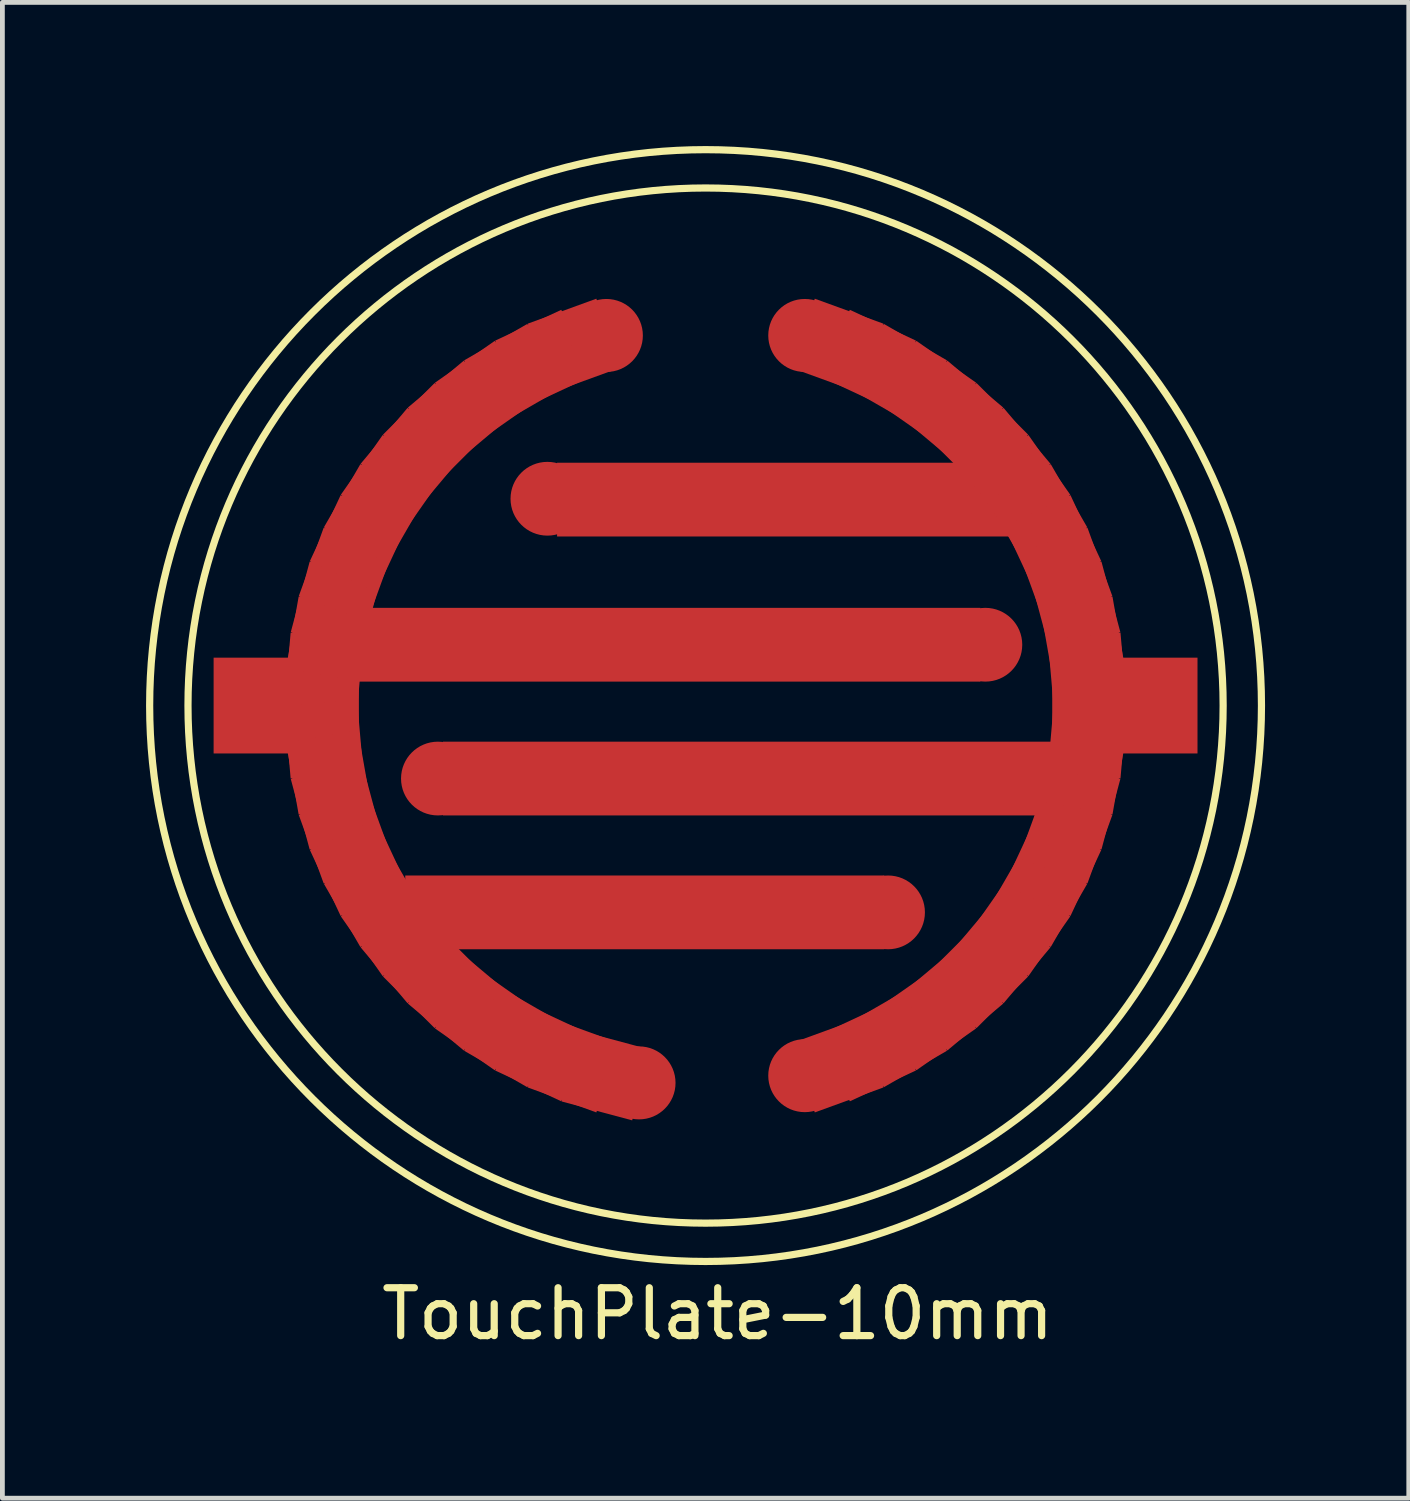
<source format=kicad_pcb>
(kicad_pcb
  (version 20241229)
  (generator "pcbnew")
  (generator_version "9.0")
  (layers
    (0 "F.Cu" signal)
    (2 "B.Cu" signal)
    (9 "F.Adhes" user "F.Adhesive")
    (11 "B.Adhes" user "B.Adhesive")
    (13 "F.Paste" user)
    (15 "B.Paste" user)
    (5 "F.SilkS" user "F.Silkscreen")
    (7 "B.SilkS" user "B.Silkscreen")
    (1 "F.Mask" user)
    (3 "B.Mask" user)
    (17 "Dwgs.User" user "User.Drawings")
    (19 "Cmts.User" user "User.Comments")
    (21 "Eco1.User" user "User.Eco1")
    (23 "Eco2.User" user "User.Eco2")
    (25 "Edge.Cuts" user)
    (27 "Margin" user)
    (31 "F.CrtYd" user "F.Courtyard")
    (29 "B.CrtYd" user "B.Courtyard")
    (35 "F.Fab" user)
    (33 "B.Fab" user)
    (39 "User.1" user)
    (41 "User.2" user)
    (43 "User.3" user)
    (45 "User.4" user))
  (footprint "TouchPlate-10mm"
    (layer "F.Cu")
    (at 11.681 11.681)
    (property "Reference" "TouchPlate-10mm" (at 0.254 12.7 0) (layer "F.SilkS") (effects (font (size 1 1) (thickness 0.15))))
    (attr through_hole)
    (fp_circle (center 0 0) (end -10.668 -4.572) (stroke (width 0.15) (type solid)) (fill no) (layer "F.SilkS"))
    (fp_circle (center 0 0) (end -9.906 -4.318) (stroke (width 0.15) (type solid)) (fill no) (layer "F.SilkS"))
    (pad "1" smd rect (at -9.271 0) (size 2 2) (layers "F.Cu" "F.Mask" "F.Paste"))
    (pad "1" smd rect (at -8 0) (size 1.524 1.524) (layers "F.Cu" "F.Mask" "F.Paste"))
    (pad "1" smd rect (at -7.97 -0.697 355) (size 1.524 1.524) (layers "F.Cu" "F.Mask" "F.Paste"))
    (pad "1" smd rect (at -7.97 0.697 5) (size 1.524 1.524) (layers "F.Cu" "F.Mask" "F.Paste"))
    (pad "1" smd rect (at -7.878 -1.389 350) (size 1.524 1.524) (layers "F.Cu" "F.Mask" "F.Paste"))
    (pad "1" smd rect (at -7.878 1.389 10) (size 1.524 1.524) (layers "F.Cu" "F.Mask" "F.Paste"))
    (pad "1" smd rect (at -7.727 -2.071 345) (size 1.524 1.524) (layers "F.Cu" "F.Mask" "F.Paste"))
    (pad "1" smd rect (at -7.727 2.071 15) (size 1.524 1.524) (layers "F.Cu" "F.Mask" "F.Paste"))
    (pad "1" smd rect (at -7.518 -2.736 340) (size 1.524 1.524) (layers "F.Cu" "F.Mask" "F.Paste"))
    (pad "1" smd rect (at -7.518 2.736 20) (size 1.524 1.524) (layers "F.Cu" "F.Mask" "F.Paste"))
    (pad "1" smd rect (at -7.25 -3.381 335) (size 1.524 1.524) (layers "F.Cu" "F.Mask" "F.Paste"))
    (pad "1" smd rect (at -7.25 3.381 25) (size 1.524 1.524) (layers "F.Cu" "F.Mask" "F.Paste"))
    (pad "1" smd rect (at -6.928 -4 330) (size 1.524 1.524) (layers "F.Cu" "F.Mask" "F.Paste"))
    (pad "1" smd rect (at -6.928 4 30) (size 1.524 1.524) (layers "F.Cu" "F.Mask" "F.Paste"))
    (pad "1" smd rect (at -6.553 -4.589 325) (size 1.524 1.524) (layers "F.Cu" "F.Mask" "F.Paste"))
    (pad "1" smd rect (at -6.553 4.589 35) (size 1.524 1.524) (layers "F.Cu" "F.Mask" "F.Paste"))
    (pad "1" smd rect (at -6.128 -5.142 320) (size 1.524 1.524) (layers "F.Cu" "F.Mask" "F.Paste"))
    (pad "1" smd rect (at -6.128 5.142 40) (size 1.524 1.524) (layers "F.Cu" "F.Mask" "F.Paste"))
    (pad "1" smd rect (at -5.657 -5.657 315) (size 1.524 1.524) (layers "F.Cu" "F.Mask" "F.Paste"))
    (pad "1" smd rect (at -5.657 5.657 45) (size 1.524 1.524) (layers "F.Cu" "F.Mask" "F.Paste"))
    (pad "1" smd rect (at -5.142 -6.128 310) (size 1.524 1.524) (layers "F.Cu" "F.Mask" "F.Paste"))
    (pad "1" smd rect (at -5.142 6.128 50) (size 1.524 1.524) (layers "F.Cu" "F.Mask" "F.Paste"))
    (pad "1" smd rect (at -4.589 -6.553 305) (size 1.524 1.524) (layers "F.Cu" "F.Mask" "F.Paste"))
    (pad "1" smd rect (at -4.589 6.553 55) (size 1.524 1.524) (layers "F.Cu" "F.Mask" "F.Paste"))
    (pad "1" smd rect (at -4 -6.928 300) (size 1.524 1.524) (layers "F.Cu" "F.Mask" "F.Paste"))
    (pad "1" smd rect (at -4 6.928 60) (size 1.524 1.524) (layers "F.Cu" "F.Mask" "F.Paste"))
    (pad "1" smd rect (at -3.381 -7.25 295) (size 1.524 1.524) (layers "F.Cu" "F.Mask" "F.Paste"))
    (pad "1" smd rect (at -3.381 7.25 65) (size 1.524 1.524) (layers "F.Cu" "F.Mask" "F.Paste"))
    (pad "1" smd rect (at -2.736 -7.518 290) (size 1.524 1.524) (layers "F.Cu" "F.Mask" "F.Paste"))
    (pad "1" smd rect (at -2.736 7.518 70) (size 1.524 1.524) (layers "F.Cu" "F.Mask" "F.Paste"))
    (pad "1" smd circle (at -2.071 -7.727 285) (size 1.524 1.524) (layers "F.Cu" "F.Mask" "F.Paste"))
    (pad "1" smd rect (at -2.071 7.727 75) (size 1.524 1.524) (layers "F.Cu" "F.Mask" "F.Paste"))
    (pad "1" smd circle (at -1.389 7.878 80) (size 1.524 1.524) (layers "F.Cu" "F.Mask" "F.Paste"))
    (pad "1" smd rect (at -1.27 4.318) (size 10 1.54) (layers "F.Cu" "F.Mask" "F.Paste"))
    (pad "1" smd rect (at -0.762 -1.27) (size 13 1.54) (layers "F.Cu" "F.Mask" "F.Paste"))
    (pad "1" smd circle (at 3.81 4.318) (size 1.54 1.54) (layers "F.Cu" "F.Mask" "F.Paste"))
    (pad "1" smd circle (at 5.842 -1.27) (size 1.54 1.54) (layers "F.Cu" "F.Mask" "F.Paste"))
    (pad "2" smd circle (at -5.588 1.524) (size 1.54 1.54) (layers "F.Cu" "F.Mask" "F.Paste"))
    (pad "2" smd circle (at -3.302 -4.318) (size 1.54 1.54) (layers "F.Cu" "F.Mask" "F.Paste"))
    (pad "2" smd rect (at 1.016 1.524) (size 13 1.54) (layers "F.Cu" "F.Mask" "F.Paste"))
    (pad "2" smd rect (at 1.9 -4.3) (size 10 1.54) (layers "F.Cu" "F.Mask" "F.Paste"))
    (pad "2" smd circle (at 2.071 -7.727 255) (size 1.524 1.524) (layers "F.Cu" "F.Mask" "F.Paste"))
    (pad "2" smd circle (at 2.071 7.727 105) (size 1.524 1.524) (layers "F.Cu" "F.Mask" "F.Paste"))
    (pad "2" smd rect (at 2.736 -7.518 250) (size 1.524 1.524) (layers "F.Cu" "F.Mask" "F.Paste"))
    (pad "2" smd rect (at 2.736 7.518 110) (size 1.524 1.524) (layers "F.Cu" "F.Mask" "F.Paste"))
    (pad "2" smd rect (at 3.381 -7.25 245) (size 1.524 1.524) (layers "F.Cu" "F.Mask" "F.Paste"))
    (pad "2" smd rect (at 3.381 7.25 115) (size 1.524 1.524) (layers "F.Cu" "F.Mask" "F.Paste"))
    (pad "2" smd rect (at 4 -6.928 240) (size 1.524 1.524) (layers "F.Cu" "F.Mask" "F.Paste"))
    (pad "2" smd rect (at 4 6.928 120) (size 1.524 1.524) (layers "F.Cu" "F.Mask" "F.Paste"))
    (pad "2" smd rect (at 4.589 -6.553 235) (size 1.524 1.524) (layers "F.Cu" "F.Mask" "F.Paste"))
    (pad "2" smd rect (at 4.589 6.553 125) (size 1.524 1.524) (layers "F.Cu" "F.Mask" "F.Paste"))
    (pad "2" smd rect (at 5.142 -6.128 230) (size 1.524 1.524) (layers "F.Cu" "F.Mask" "F.Paste"))
    (pad "2" smd rect (at 5.142 6.128 130) (size 1.524 1.524) (layers "F.Cu" "F.Mask" "F.Paste"))
    (pad "2" smd rect (at 5.657 -5.657 225) (size 1.524 1.524) (layers "F.Cu" "F.Mask" "F.Paste"))
    (pad "2" smd rect (at 5.657 5.657 135) (size 1.524 1.524) (layers "F.Cu" "F.Mask" "F.Paste"))
    (pad "2" smd rect (at 6.128 -5.142 220) (size 1.524 1.524) (layers "F.Cu" "F.Mask" "F.Paste"))
    (pad "2" smd rect (at 6.128 5.142 140) (size 1.524 1.524) (layers "F.Cu" "F.Mask" "F.Paste"))
    (pad "2" smd rect (at 6.553 -4.589 215) (size 1.524 1.524) (layers "F.Cu" "F.Mask" "F.Paste"))
    (pad "2" smd rect (at 6.553 4.589 145) (size 1.524 1.524) (layers "F.Cu" "F.Mask" "F.Paste"))
    (pad "2" smd rect (at 6.928 -4 210) (size 1.524 1.524) (layers "F.Cu" "F.Mask" "F.Paste"))
    (pad "2" smd rect (at 6.928 4 150) (size 1.524 1.524) (layers "F.Cu" "F.Mask" "F.Paste"))
    (pad "2" smd rect (at 7.25 -3.381 205) (size 1.524 1.524) (layers "F.Cu" "F.Mask" "F.Paste"))
    (pad "2" smd rect (at 7.25 3.381 155) (size 1.524 1.524) (layers "F.Cu" "F.Mask" "F.Paste"))
    (pad "2" smd rect (at 7.518 -2.736 200) (size 1.524 1.524) (layers "F.Cu" "F.Mask" "F.Paste"))
    (pad "2" smd rect (at 7.518 2.736 160) (size 1.524 1.524) (layers "F.Cu" "F.Mask" "F.Paste"))
    (pad "2" smd rect (at 7.727 -2.071 195) (size 1.524 1.524) (layers "F.Cu" "F.Mask" "F.Paste"))
    (pad "2" smd rect (at 7.727 2.071 165) (size 1.524 1.524) (layers "F.Cu" "F.Mask" "F.Paste"))
    (pad "2" smd rect (at 7.878 -1.389 190) (size 1.524 1.524) (layers "F.Cu" "F.Mask" "F.Paste"))
    (pad "2" smd rect (at 7.878 1.389 170) (size 1.524 1.524) (layers "F.Cu" "F.Mask" "F.Paste"))
    (pad "2" smd rect (at 7.97 -0.697 185) (size 1.524 1.524) (layers "F.Cu" "F.Mask" "F.Paste"))
    (pad "2" smd rect (at 7.97 0.697 175) (size 1.524 1.524) (layers "F.Cu" "F.Mask" "F.Paste"))
    (pad "2" smd rect (at 8 0 180) (size 1.524 1.524) (layers "F.Cu" "F.Mask" "F.Paste"))
    (pad "2" smd rect (at 9.271 0) (size 2 2) (layers "F.Cu" "F.Mask" "F.Paste")))
  (gr_rect
    (start -3 -3)
    (end 26.363 28.23)
    (stroke (width 0.1) (type default))
    (fill no)
    (layer "Edge.Cuts")))
</source>
